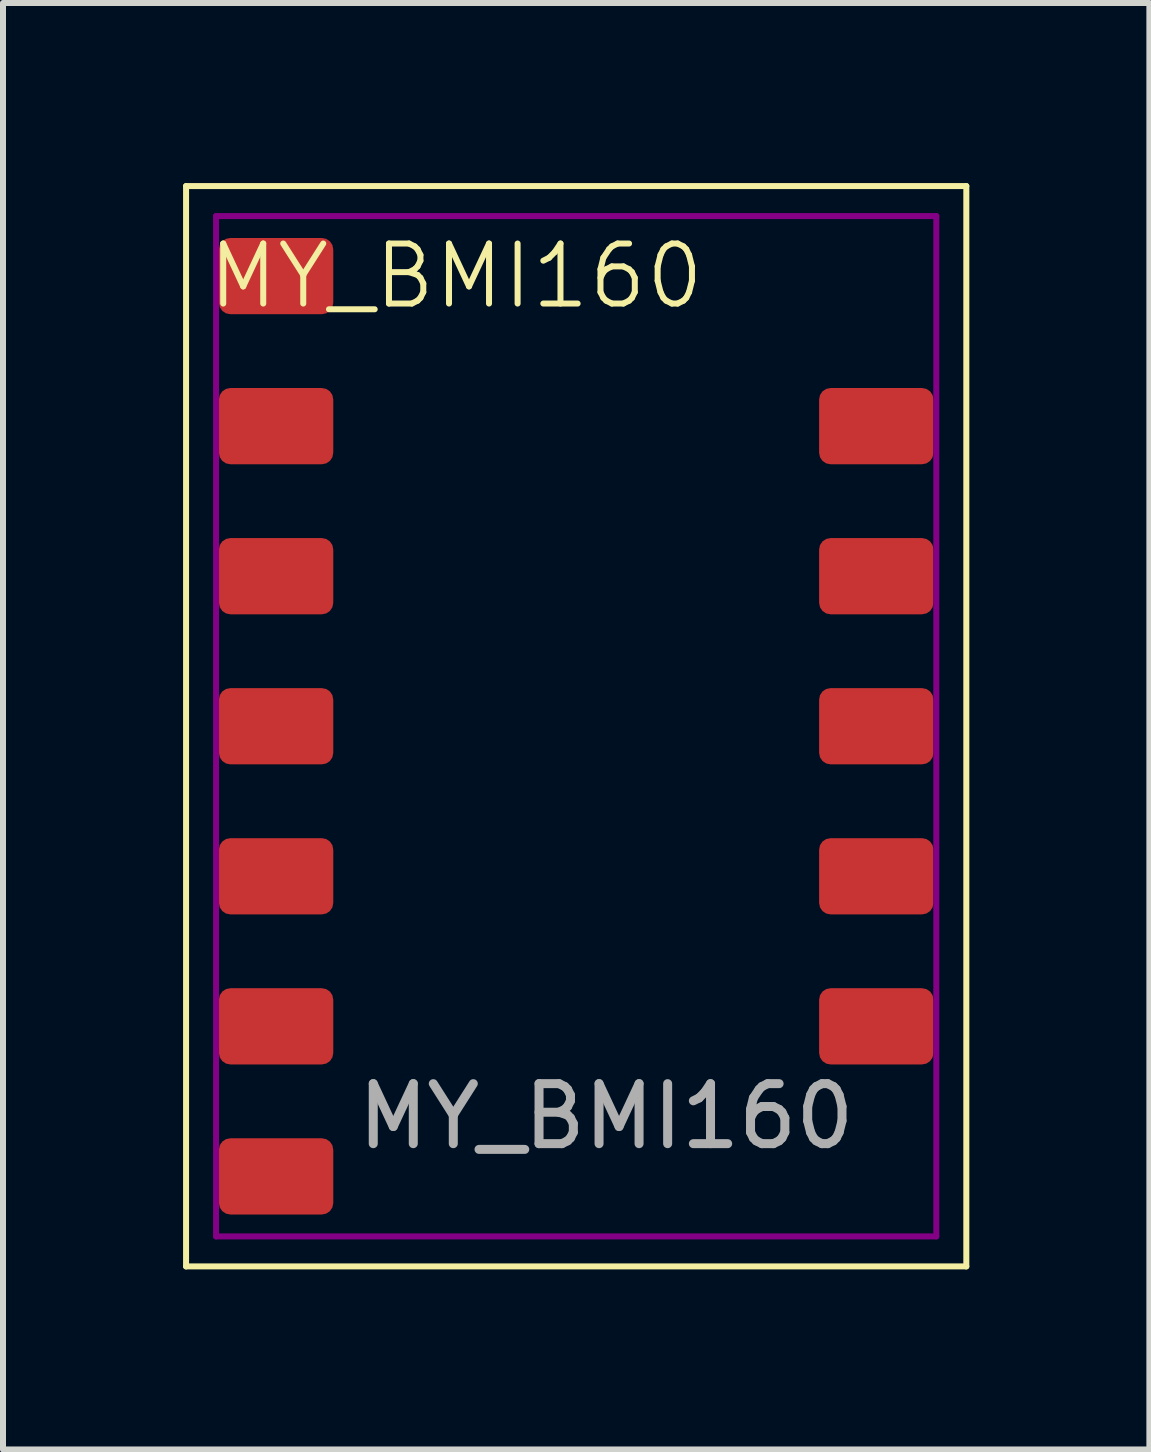
<source format=kicad_pcb>
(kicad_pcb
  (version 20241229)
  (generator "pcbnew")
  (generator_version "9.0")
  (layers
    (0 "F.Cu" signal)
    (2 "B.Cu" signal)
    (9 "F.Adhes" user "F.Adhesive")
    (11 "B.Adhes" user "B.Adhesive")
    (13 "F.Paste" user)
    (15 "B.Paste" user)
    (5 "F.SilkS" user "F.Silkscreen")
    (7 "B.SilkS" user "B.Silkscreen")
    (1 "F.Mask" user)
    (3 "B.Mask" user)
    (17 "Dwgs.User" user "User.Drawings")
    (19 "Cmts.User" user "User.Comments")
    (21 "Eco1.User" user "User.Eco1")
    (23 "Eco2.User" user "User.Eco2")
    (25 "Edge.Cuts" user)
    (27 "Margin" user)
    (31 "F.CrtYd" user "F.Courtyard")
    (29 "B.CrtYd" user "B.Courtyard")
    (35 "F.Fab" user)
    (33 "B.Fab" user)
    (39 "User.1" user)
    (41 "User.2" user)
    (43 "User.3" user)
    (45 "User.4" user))
  (footprint "MY_BMI160"
    (layer "F.Cu")
    (at 7.05 11.55)
    (property "Reference" "MY_BMI160" (at -2.5 -10 0) (unlocked yes) (layer "F.SilkS") (effects (font (size 1 1) (thickness 0.1))))
    (attr smd)
    (fp_line (start -7 -11.5) (end 6 -11.5) (stroke (width 0.1) (type default)) (layer "F.SilkS"))
    (fp_line (start -7 6.5) (end -7 -11.5) (stroke (width 0.1) (type default)) (layer "F.SilkS"))
    (fp_line (start 6 -11.5) (end 6 6.5) (stroke (width 0.1) (type default)) (layer "F.SilkS"))
    (fp_line (start 6 6.5) (end -7 6.5) (stroke (width 0.1) (type default)) (layer "F.SilkS"))
    (fp_line (start -6.5 -11) (end 5.5 -11) (stroke (width 0.1) (type default)) (layer "F.Adhes"))
    (fp_line (start -6.5 6) (end -6.5 -11) (stroke (width 0.1) (type default)) (layer "F.Adhes"))
    (fp_line (start 5.5 -11) (end 5.5 6) (stroke (width 0.1) (type default)) (layer "F.Adhes"))
    (fp_line (start 5.5 6) (end -6.5 6) (stroke (width 0.1) (type default)) (layer "F.Adhes"))
    (fp_circle (center -5.5 -10) (end -5.5 -10.5) (stroke (width 0.2) (type solid)) (fill no) (layer "User.4"))
    (fp_circle (center -5.5 -7.5) (end -5 -7.5) (stroke (width 0.2) (type solid)) (fill no) (layer "User.4"))
    (fp_circle (center -5.5 -5) (end -5 -5) (stroke (width 0.2) (type solid)) (fill no) (layer "User.4"))
    (fp_circle (center -5.5 -2.5) (end -5.5 -3) (stroke (width 0.2) (type solid)) (fill no) (layer "User.4"))
    (fp_circle (center -5.5 0) (end -5.5 -0.5) (stroke (width 0.2) (type solid)) (fill no) (layer "User.4"))
    (fp_circle (center -5.5 2.5) (end -5 2.5) (stroke (width 0.2) (type solid)) (fill no) (layer "User.4"))
    (fp_circle (center -5.5 5) (end -5 5) (stroke (width 0.2) (type solid)) (fill no) (layer "User.4"))
    (fp_circle (center 4.5 -7.5) (end 4.5 -8) (stroke (width 0.2) (type solid)) (fill no) (layer "User.4"))
    (fp_circle (center 4.5 -5) (end 4.5 -5.5) (stroke (width 0.2) (type solid)) (fill no) (layer "User.4"))
    (fp_circle (center 4.5 -2.5) (end 4 -2.5) (stroke (width 0.2) (type solid)) (fill no) (layer "User.4"))
    (fp_circle (center 4.5 0) (end 4.5 -0.5) (stroke (width 0.2) (type solid)) (fill no) (layer "User.4"))
    (fp_circle (center 4.5 2.5) (end 4.5 2) (stroke (width 0.2) (type solid)) (fill no) (layer "User.4"))
    (fp_text user "${REFERENCE}" (at 0 4 0) (unlocked yes) (layer "F.Fab") (effects (font (size 1 1) (thickness 0.15))))
    (pad "1" smd roundrect (at -5.5 -10) (size 1.905 1.27) (layers "F.Cu" "F.Mask" "F.Paste") (roundrect_rratio 0.15))
    (pad "2" smd roundrect (at -5.5 -7.5) (size 1.905 1.27) (layers "F.Cu" "F.Mask" "F.Paste") (roundrect_rratio 0.15))
    (pad "3" smd roundrect (at -5.5 -5) (size 1.905 1.27) (layers "F.Cu" "F.Mask" "F.Paste") (roundrect_rratio 0.15))
    (pad "4" smd roundrect (at -5.5 -2.5) (size 1.905 1.27) (layers "F.Cu" "F.Mask" "F.Paste") (roundrect_rratio 0.15))
    (pad "5" smd roundrect (at -5.5 0) (size 1.905 1.27) (layers "F.Cu" "F.Mask" "F.Paste") (roundrect_rratio 0.15))
    (pad "6" smd roundrect (at -5.5 2.5) (size 1.905 1.27) (layers "F.Cu" "F.Mask" "F.Paste") (roundrect_rratio 0.15))
    (pad "7" smd roundrect (at -5.5 5) (size 1.905 1.27) (layers "F.Cu" "F.Mask" "F.Paste") (roundrect_rratio 0.15))
    (pad "8" smd roundrect (at 4.5 -7.5) (size 1.905 1.27) (layers "F.Cu" "F.Mask" "F.Paste") (roundrect_rratio 0.15))
    (pad "9" smd roundrect (at 4.5 -5) (size 1.905 1.27) (layers "F.Cu" "F.Mask" "F.Paste") (roundrect_rratio 0.15))
    (pad "10" smd roundrect (at 4.5 -2.5) (size 1.905 1.27) (layers "F.Cu" "F.Mask" "F.Paste") (roundrect_rratio 0.15))
    (pad "11" smd roundrect (at 4.5 0) (size 1.905 1.27) (layers "F.Cu" "F.Mask" "F.Paste") (roundrect_rratio 0.15))
    (pad "12" smd roundrect (at 4.5 2.5) (size 1.905 1.27) (layers "F.Cu" "F.Mask" "F.Paste") (roundrect_rratio 0.15)))
  (gr_rect
    (start -3 -3)
    (end 16.1 21.1)
    (stroke (width 0.1) (type default))
    (fill no)
    (layer "Edge.Cuts")))
</source>
